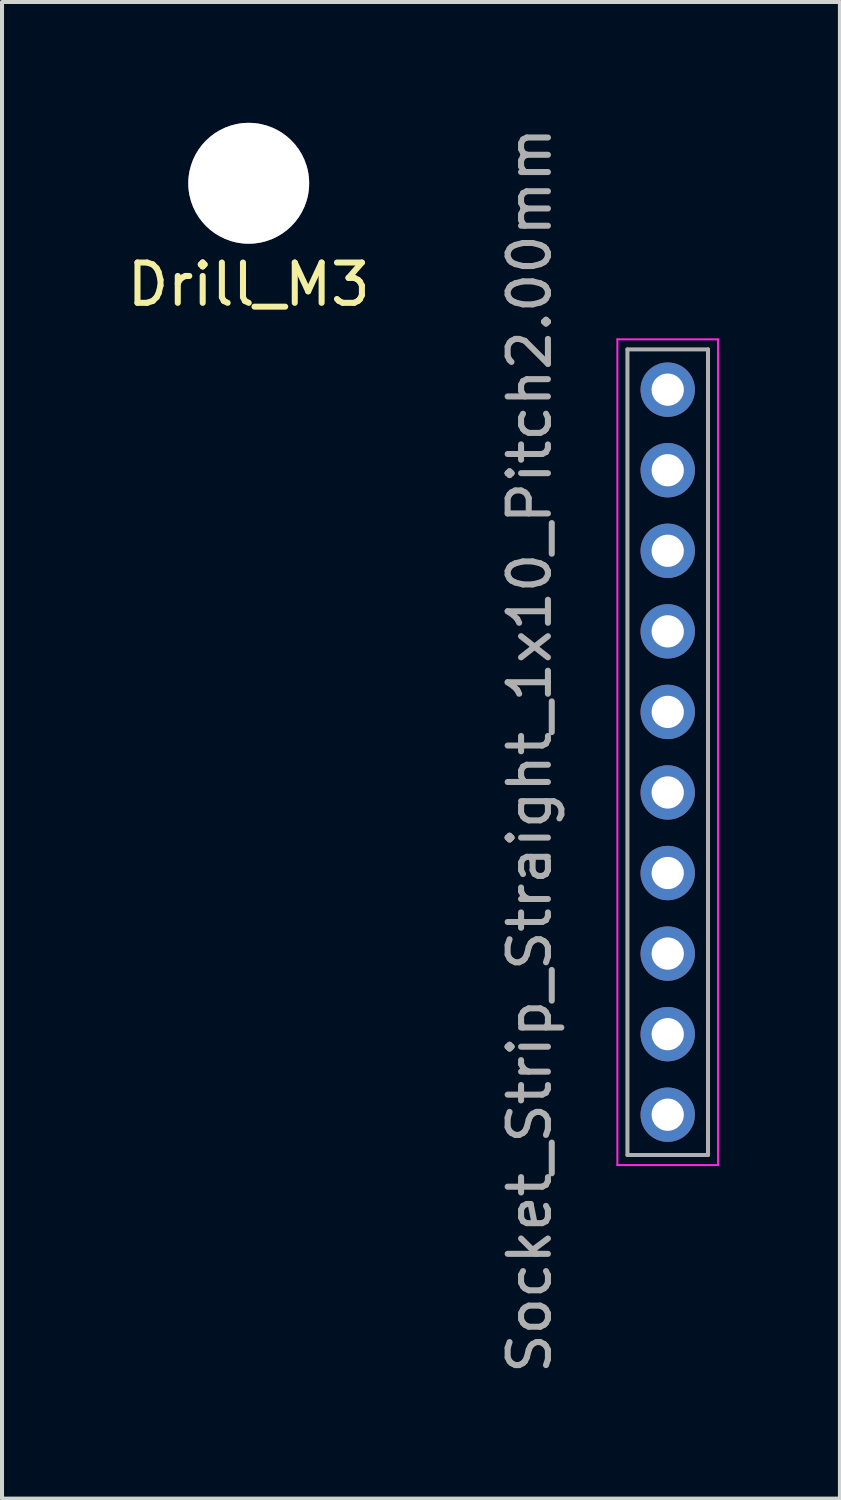
<source format=kicad_pcb>
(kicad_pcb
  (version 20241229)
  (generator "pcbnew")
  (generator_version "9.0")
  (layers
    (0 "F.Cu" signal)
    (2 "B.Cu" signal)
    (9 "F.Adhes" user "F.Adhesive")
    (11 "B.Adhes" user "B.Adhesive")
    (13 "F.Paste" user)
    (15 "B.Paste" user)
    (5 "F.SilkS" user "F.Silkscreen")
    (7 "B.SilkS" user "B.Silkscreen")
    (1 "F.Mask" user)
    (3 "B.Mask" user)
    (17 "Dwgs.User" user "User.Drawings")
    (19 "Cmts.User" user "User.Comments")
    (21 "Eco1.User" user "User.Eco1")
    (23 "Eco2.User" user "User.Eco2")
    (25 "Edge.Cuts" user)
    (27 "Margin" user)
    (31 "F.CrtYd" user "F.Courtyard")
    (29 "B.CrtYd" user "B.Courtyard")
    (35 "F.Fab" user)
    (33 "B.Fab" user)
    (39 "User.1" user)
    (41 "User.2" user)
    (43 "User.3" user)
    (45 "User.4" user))
  (footprint "Socket_Strip_Straight_1x10_Pitch2.00mm"
    (layer "F.Cu")
    (at 13.527 6.624)
    (property "Reference" "Socket_Strip_Straight_1x10_Pitch2.00mm" (at -3.429 8.954 90) (layer "F.Fab") (effects (font (size 1 1) (thickness 0.15))))
    (attr through_hole)
    (fp_line (start -1.25 -1.25) (end -1.25 19.25) (stroke (width 0.05) (type solid)) (layer "F.CrtYd"))
    (fp_line (start -1.25 19.25) (end 1.25 19.25) (stroke (width 0.05) (type solid)) (layer "F.CrtYd"))
    (fp_line (start 1.25 -1.25) (end -1.25 -1.25) (stroke (width 0.05) (type solid)) (layer "F.CrtYd"))
    (fp_line (start 1.25 19.25) (end 1.25 -1.25) (stroke (width 0.05) (type solid)) (layer "F.CrtYd"))
    (fp_line (start -1 -1) (end -1 19) (stroke (width 0.1) (type solid)) (layer "F.Fab"))
    (fp_line (start -1 19) (end 1 19) (stroke (width 0.1) (type solid)) (layer "F.Fab"))
    (fp_line (start 1 -1) (end -1 -1) (stroke (width 0.1) (type solid)) (layer "F.Fab"))
    (fp_line (start 1 19) (end 1 -1) (stroke (width 0.1) (type solid)) (layer "F.Fab"))
    (pad "1" thru_hole circle (at 0 0) (size 1.35 1.35) (drill 0.8) (layers "*.Cu" "*.Mask"))
    (pad "2" thru_hole oval (at 0 2) (size 1.35 1.35) (drill 0.8) (layers "*.Cu" "*.Mask"))
    (pad "3" thru_hole oval (at 0 4) (size 1.35 1.35) (drill 0.8) (layers "*.Cu" "*.Mask"))
    (pad "4" thru_hole oval (at 0 6) (size 1.35 1.35) (drill 0.8) (layers "*.Cu" "*.Mask"))
    (pad "5" thru_hole oval (at 0 8) (size 1.35 1.35) (drill 0.8) (layers "*.Cu" "*.Mask"))
    (pad "6" thru_hole oval (at 0 10) (size 1.35 1.35) (drill 0.8) (layers "*.Cu" "*.Mask"))
    (pad "7" thru_hole oval (at 0 12) (size 1.35 1.35) (drill 0.8) (layers "*.Cu" "*.Mask"))
    (pad "8" thru_hole oval (at 0 14) (size 1.35 1.35) (drill 0.8) (layers "*.Cu" "*.Mask"))
    (pad "9" thru_hole oval (at 0 16) (size 1.35 1.35) (drill 0.8) (layers "*.Cu" "*.Mask"))
    (pad "10" thru_hole oval (at 0 18) (size 1.35 1.35) (drill 0.8) (layers "*.Cu" "*.Mask")))
  (footprint "Drill_M3"
    (layer "F.Cu")
    (at 3.125 1.5)
    (property "Reference" "Drill_M3" (at 0 2.513 0) (layer "F.SilkS") (effects (font (size 1 1) (thickness 0.15))))
    (attr through_hole)
    (pad "1" thru_hole circle (at 0 0) (size 3 3) (drill 3) (layers "*.Cu" "*.Mask")))
  (gr_rect
    (start -3 -3)
    (end 17.802 34.155)
    (stroke (width 0.1) (type default))
    (fill no)
    (layer "Edge.Cuts")))
</source>
